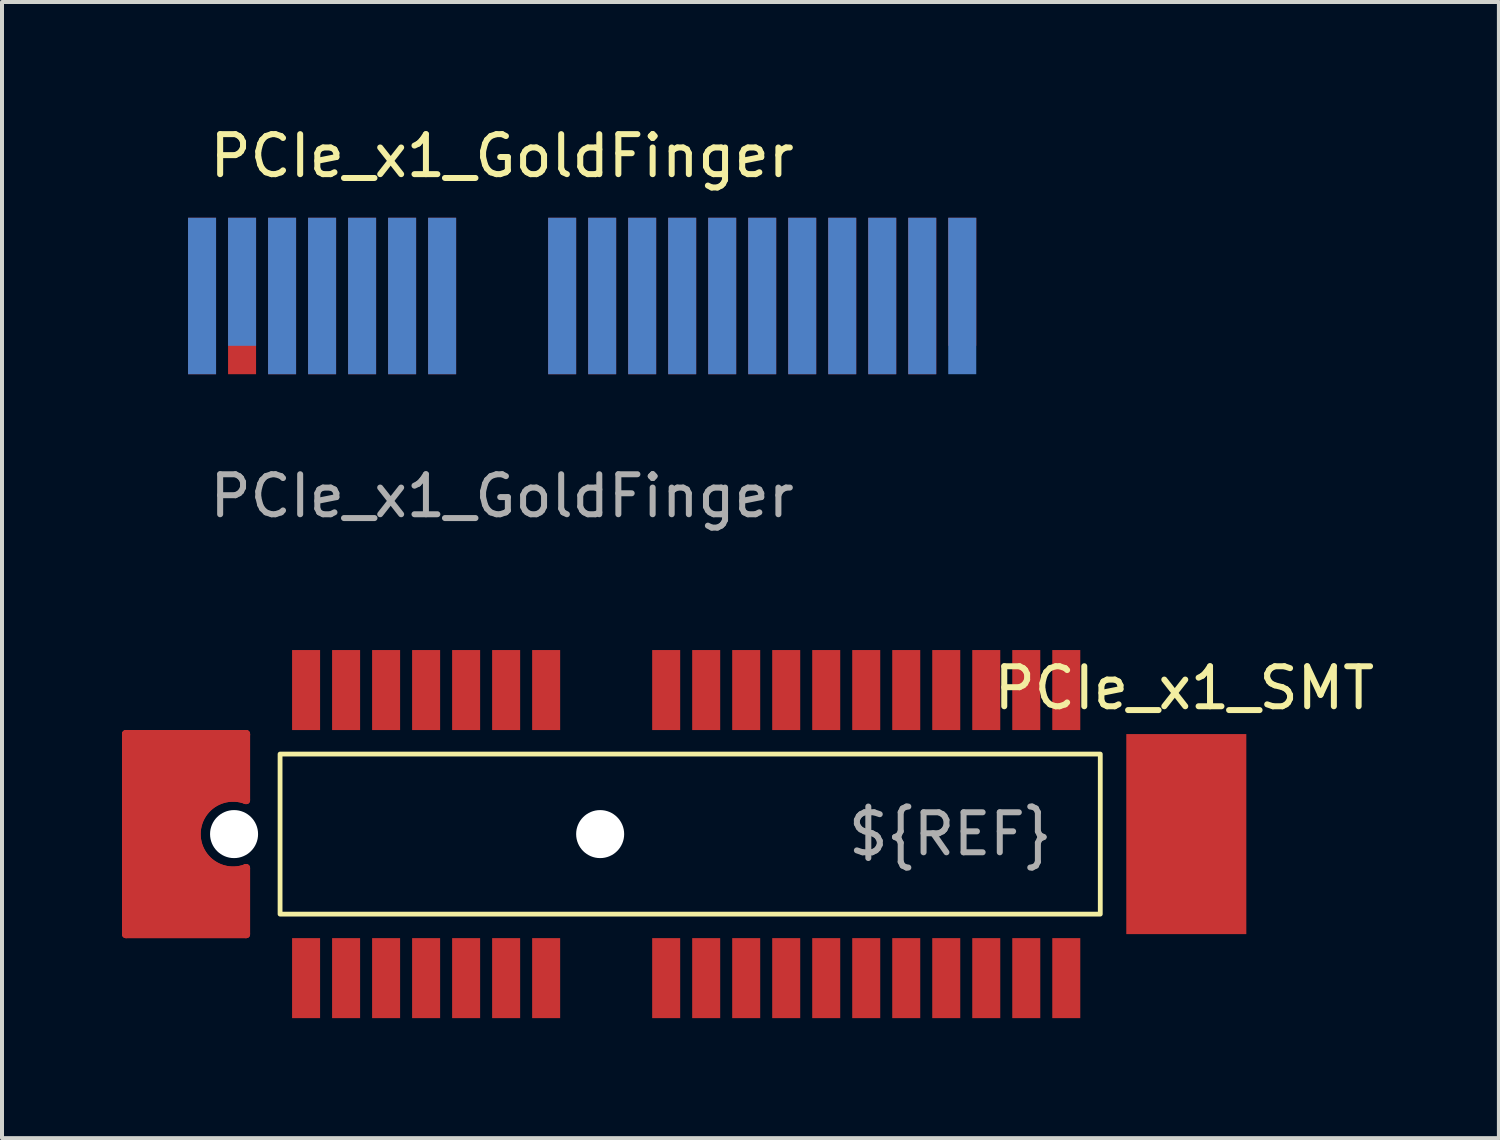
<source format=kicad_pcb>
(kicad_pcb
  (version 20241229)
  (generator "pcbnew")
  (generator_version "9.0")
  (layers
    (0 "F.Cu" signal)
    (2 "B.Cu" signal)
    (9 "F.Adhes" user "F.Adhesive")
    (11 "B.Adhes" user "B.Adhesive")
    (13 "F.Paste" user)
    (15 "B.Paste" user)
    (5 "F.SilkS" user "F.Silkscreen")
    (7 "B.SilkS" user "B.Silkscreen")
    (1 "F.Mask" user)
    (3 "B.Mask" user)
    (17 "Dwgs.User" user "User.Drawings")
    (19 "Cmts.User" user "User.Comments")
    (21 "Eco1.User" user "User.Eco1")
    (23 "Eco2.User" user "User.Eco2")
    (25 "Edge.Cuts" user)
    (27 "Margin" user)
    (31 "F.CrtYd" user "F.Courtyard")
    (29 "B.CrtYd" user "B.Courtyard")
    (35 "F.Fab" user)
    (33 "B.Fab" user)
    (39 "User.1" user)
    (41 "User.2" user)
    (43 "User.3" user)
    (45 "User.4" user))
  (footprint "PCIe_x1_SMT"
    (layer "F.Cu")
    (at 11.95 17.797)
    (property "Reference" "PCIe_x1_SMT" (at 14.6 -3.65 0) (unlocked yes) (layer "F.SilkS") (effects (font (size 1 1) (thickness 0.15))))
    (fp_line (start -11.85 -2.5) (end -8.85 -2.5) (stroke (width 0.2) (type solid)) (layer "F.Cu"))
    (fp_line (start -11.85 -2.5) (end -8.85 -2.5) (stroke (width 0.2) (type solid)) (layer "F.Cu"))
    (fp_line (start -11.85 2.5) (end -11.85 -2.5) (stroke (width 0.2) (type solid)) (layer "F.Cu"))
    (fp_line (start -11.85 2.5) (end -11.85 -2.5) (stroke (width 0.2) (type solid)) (layer "F.Cu"))
    (fp_line (start -8.85 -2.5) (end -8.85 -0.85) (stroke (width 0.2) (type solid)) (layer "F.Cu"))
    (fp_line (start -8.85 -2.5) (end -8.85 -0.85) (stroke (width 0.2) (type solid)) (layer "F.Cu"))
    (fp_line (start -8.85 0.85) (end -8.85 2.5) (stroke (width 0.2) (type solid)) (layer "F.Cu"))
    (fp_line (start -8.85 0.85) (end -8.85 2.5) (stroke (width 0.2) (type solid)) (layer "F.Cu"))
    (fp_line (start -8.85 2.5) (end -11.85 2.5) (stroke (width 0.2) (type solid)) (layer "F.Cu"))
    (fp_line (start -8.85 2.5) (end -11.85 2.5) (stroke (width 0.2) (type solid)) (layer "F.Cu"))
    (fp_arc (start -8.850001 0.849997) (mid -10.084446 -0.000001) (end -8.85 -0.849999) (stroke (width 0.2) (type solid)) (layer "F.Cu"))
    (fp_arc (start -8.850001 0.849997) (mid -10.084446 -0.000001) (end -8.85 -0.849999) (stroke (width 0.2) (type solid)) (layer "F.Cu"))
    (fp_poly (pts (xy -8.85 -0.85) (xy -9.3 -0.95) (xy -9.948 -0.61) (xy -10.122 0.258) (xy -9.623 0.918) (xy -8.849 0.9) (xy -8.85 2.45) (xy -11.85 2.5) (xy -11.8 -2.5) (xy -8.8 -2.5)) (stroke (width 0.1) (type solid)) (fill yes) (layer "F.Cu"))
    (fp_poly (pts (xy -8.85 -0.85) (xy -9.3 -0.95) (xy -9.948 -0.61) (xy -10.122 0.258) (xy -9.623 0.918) (xy -8.849 0.9) (xy -8.85 2.45) (xy -11.85 2.5) (xy -11.8 -2.5) (xy -8.8 -2.5)) (stroke (width 0.1) (type solid)) (fill yes) (layer "F.Cu"))
    (fp_line (start -11.85 -2.5) (end -8.85 -2.5) (stroke (width 0.2) (type solid)) (layer "F.Mask"))
    (fp_line (start -11.85 2.5) (end -11.85 -2.5) (stroke (width 0.2) (type solid)) (layer "F.Mask"))
    (fp_line (start -8.85 -2.5) (end -8.85 -0.85) (stroke (width 0.2) (type solid)) (layer "F.Mask"))
    (fp_line (start -8.85 0.85) (end -8.85 2.5) (stroke (width 0.2) (type solid)) (layer "F.Mask"))
    (fp_line (start -8.85 2.5) (end -11.85 2.5) (stroke (width 0.2) (type solid)) (layer "F.Mask"))
    (fp_arc (start -8.849999 0.849995) (mid -10.084444 -0.000002) (end -8.85 -0.849999) (stroke (width 0.2) (type solid)) (layer "F.Mask"))
    (fp_poly (pts (xy -8.927 -0.868) (xy -9.377 -0.968) (xy -10.025 -0.628) (xy -10.199 0.24) (xy -9.7 0.9) (xy -8.926 0.882) (xy -8.927 2.432) (xy -11.85 2.48) (xy -11.877 -2.518) (xy -8.877 -2.518)) (stroke (width 0.1) (type solid)) (fill yes) (layer "F.Mask"))
    (fp_rect (start -8 -2) (end 12.5 2) (stroke (width 0.12) (type solid)) (fill no) (layer "F.SilkS"))
    (fp_line (start -11.85 -2.5) (end -8.85 -2.5) (stroke (width 0.2) (type solid)) (layer "F.Paste"))
    (fp_line (start -11.85 2.5) (end -11.85 -2.5) (stroke (width 0.2) (type solid)) (layer "F.Paste"))
    (fp_line (start -8.85 -2.5) (end -8.85 -0.85) (stroke (width 0.2) (type solid)) (layer "F.Paste"))
    (fp_line (start -8.85 0.85) (end -8.85 2.5) (stroke (width 0.2) (type solid)) (layer "F.Paste"))
    (fp_line (start -8.85 2.5) (end -11.85 2.5) (stroke (width 0.2) (type solid)) (layer "F.Paste"))
    (fp_arc (start -8.849999 0.849995) (mid -10.084444 -0.000002) (end -8.85 -0.849999) (stroke (width 0.2) (type solid)) (layer "F.Paste"))
    (fp_poly (pts (xy -8.878 -0.858) (xy -9.328 -0.958) (xy -9.976 -0.618) (xy -10.15 0.25) (xy -9.651 0.91) (xy -8.877 0.892) (xy -8.878 2.442) (xy -11.878 2.492) (xy -11.828 -2.508) (xy -8.828 -2.508)) (stroke (width 0.1) (type solid)) (fill yes) (layer "F.Paste"))
    (fp_text user "${REF}" (at 8.75 0 0) (unlocked yes) (layer "F.Fab") (effects (font (size 1 1) (thickness 0.15))))
    (pad "" np_thru_hole circle (at -9.15 0) (size 1.2 1.2) (drill 1.2) (layers "*.Cu" "*.Mask"))
    (pad "" np_thru_hole circle (at 0 0) (size 1.2 1.2) (drill 1.2) (layers "*.Cu" "*.Mask"))
    (pad "" smd rect (at 14.65 0) (size 3 5) (layers "F.Cu" "F.Mask" "F.Paste"))
    (pad "A1" smd rect (at 11.65 3.6) (size 0.7 2) (layers "F.Cu" "F.Mask" "F.Paste"))
    (pad "A2" smd rect (at 10.65 3.6) (size 0.7 2) (layers "F.Cu" "F.Mask" "F.Paste"))
    (pad "A3" smd rect (at 9.65 3.6) (size 0.7 2) (layers "F.Cu" "F.Mask" "F.Paste"))
    (pad "A4" smd rect (at 8.65 3.6) (size 0.7 2) (layers "F.Cu" "F.Mask" "F.Paste"))
    (pad "A5" smd rect (at 7.65 3.6) (size 0.7 2) (layers "F.Cu" "F.Mask" "F.Paste"))
    (pad "A6" smd rect (at 6.65 3.6) (size 0.7 2) (layers "F.Cu" "F.Mask" "F.Paste"))
    (pad "A7" smd rect (at 5.65 3.6) (size 0.7 2) (layers "F.Cu" "F.Mask" "F.Paste"))
    (pad "A8" smd rect (at 4.65 3.6) (size 0.7 2) (layers "F.Cu" "F.Mask" "F.Paste"))
    (pad "A9" smd rect (at 3.65 3.6) (size 0.7 2) (layers "F.Cu" "F.Mask" "F.Paste"))
    (pad "A10" smd rect (at 2.65 3.6) (size 0.7 2) (layers "F.Cu" "F.Mask" "F.Paste"))
    (pad "A11" smd rect (at 1.65 3.6) (size 0.7 2) (layers "F.Cu" "F.Mask" "F.Paste"))
    (pad "A12" smd rect (at -1.35 3.6) (size 0.7 2) (layers "F.Cu" "F.Mask" "F.Paste"))
    (pad "A13" smd rect (at -2.35 3.6) (size 0.7 2) (layers "F.Cu" "F.Mask" "F.Paste"))
    (pad "A14" smd rect (at -3.35 3.6) (size 0.7 2) (layers "F.Cu" "F.Mask" "F.Paste"))
    (pad "A15" smd rect (at -4.35 3.6) (size 0.7 2) (layers "F.Cu" "F.Mask" "F.Paste"))
    (pad "A16" smd rect (at -5.35 3.6) (size 0.7 2) (layers "F.Cu" "F.Mask" "F.Paste"))
    (pad "A17" smd rect (at -6.35 3.6) (size 0.7 2) (layers "F.Cu" "F.Mask" "F.Paste"))
    (pad "A18" smd rect (at -7.35 3.6) (size 0.7 2) (layers "F.Cu" "F.Mask" "F.Paste"))
    (pad "B1" smd rect (at 11.65 -3.6) (size 0.7 2) (layers "F.Cu" "F.Mask" "F.Paste"))
    (pad "B2" smd rect (at 10.65 -3.6) (size 0.7 2) (layers "F.Cu" "F.Mask" "F.Paste"))
    (pad "B3" smd rect (at 9.65 -3.6) (size 0.7 2) (layers "F.Cu" "F.Mask" "F.Paste"))
    (pad "B4" smd rect (at 8.65 -3.6) (size 0.7 2) (layers "F.Cu" "F.Mask" "F.Paste"))
    (pad "B5" smd rect (at 7.65 -3.6) (size 0.7 2) (layers "F.Cu" "F.Mask" "F.Paste"))
    (pad "B6" smd rect (at 6.65 -3.6) (size 0.7 2) (layers "F.Cu" "F.Mask" "F.Paste"))
    (pad "B7" smd rect (at 5.65 -3.6) (size 0.7 2) (layers "F.Cu" "F.Mask" "F.Paste"))
    (pad "B8" smd rect (at 4.65 -3.6) (size 0.7 2) (layers "F.Cu" "F.Mask" "F.Paste"))
    (pad "B9" smd rect (at 3.65 -3.6) (size 0.7 2) (layers "F.Cu" "F.Mask" "F.Paste"))
    (pad "B10" smd rect (at 2.65 -3.6) (size 0.7 2) (layers "F.Cu" "F.Mask" "F.Paste"))
    (pad "B11" smd rect (at 1.65 -3.6) (size 0.7 2) (layers "F.Cu" "F.Mask" "F.Paste"))
    (pad "B12" smd rect (at -1.35 -3.6) (size 0.7 2) (layers "F.Cu" "F.Mask" "F.Paste"))
    (pad "B13" smd rect (at -2.35 -3.6) (size 0.7 2) (layers "F.Cu" "F.Mask" "F.Paste"))
    (pad "B14" smd rect (at -3.35 -3.6) (size 0.7 2) (layers "F.Cu" "F.Mask" "F.Paste"))
    (pad "B15" smd rect (at -4.35 -3.6) (size 0.7 2) (layers "F.Cu" "F.Mask" "F.Paste"))
    (pad "B16" smd rect (at -5.35 -3.6) (size 0.7 2) (layers "F.Cu" "F.Mask" "F.Paste"))
    (pad "B17" smd rect (at -6.35 -3.6) (size 0.7 2) (layers "F.Cu" "F.Mask" "F.Paste"))
    (pad "B18" smd rect (at -7.35 -3.6) (size 0.7 2) (layers "F.Cu" "F.Mask" "F.Paste")))
  (footprint "PCIe_x1_GoldFinger"
    (layer "F.Cu")
    (at 9.5 6.348)
    (property "Reference" "PCIe_x1_GoldFinger" (at 0 -5.5 0) (unlocked yes) (layer "F.SilkS") (effects (font (size 1 1) (thickness 0.15))))
    (attr smd)
    (fp_text user "${REFERENCE}" (at 0 3 0) (unlocked yes) (layer "F.Fab") (effects (font (size 1 1) (thickness 0.15))))
    (pad "A1" smd rect (at 11.5 -2.355) (size 0.7 3.2) (layers "F.Cu" "F.Mask"))
    (pad "A2" smd rect (at 10.5 -2) (size 0.7 3.91) (layers "F.Cu" "F.Mask"))
    (pad "A3" smd rect (at 9.5 -2) (size 0.7 3.91) (layers "F.Cu" "F.Mask"))
    (pad "A4" smd rect (at 8.5 -2) (size 0.7 3.91) (layers "F.Cu" "F.Mask"))
    (pad "A5" smd rect (at 7.5 -2) (size 0.7 3.91) (layers "F.Cu" "F.Mask"))
    (pad "A6" smd rect (at 6.5 -2) (size 0.7 3.91) (layers "F.Cu" "F.Mask"))
    (pad "A7" smd rect (at 5.5 -2) (size 0.7 3.91) (layers "F.Cu" "F.Mask"))
    (pad "A8" smd rect (at 4.5 -2) (size 0.7 3.91) (layers "F.Cu" "F.Mask"))
    (pad "A9" smd rect (at 3.5 -2) (size 0.7 3.91) (layers "F.Cu" "F.Mask"))
    (pad "A10" smd rect (at 2.5 -2) (size 0.7 3.91) (layers "F.Cu" "F.Mask"))
    (pad "A11" smd rect (at 1.5 -2) (size 0.7 3.91) (layers "F.Cu" "F.Mask"))
    (pad "A12" smd rect (at -1.5 -2) (size 0.7 3.91) (layers "F.Cu" "F.Mask"))
    (pad "A13" smd rect (at -2.5 -2) (size 0.7 3.91) (layers "F.Cu" "F.Mask"))
    (pad "A14" smd rect (at -3.5 -2) (size 0.7 3.91) (layers "F.Cu" "F.Mask"))
    (pad "A15" smd rect (at -4.5 -2) (size 0.7 3.91) (layers "F.Cu" "F.Mask"))
    (pad "A16" smd rect (at -5.5 -2) (size 0.7 3.91) (layers "F.Cu" "F.Mask"))
    (pad "A17" smd rect (at -6.5 -2) (size 0.7 3.91) (layers "F.Cu" "F.Mask"))
    (pad "A18" smd rect (at -7.5 -2) (size 0.7 3.91) (layers "F.Cu" "F.Mask"))
    (pad "B1" smd rect (at 11.5 -2) (size 0.7 3.91) (layers "B.Cu" "B.Mask"))
    (pad "B2" smd rect (at 10.5 -2) (size 0.7 3.91) (layers "B.Cu" "B.Mask"))
    (pad "B3" smd rect (at 9.5 -2) (size 0.7 3.91) (layers "B.Cu" "B.Mask"))
    (pad "B4" smd rect (at 8.5 -2) (size 0.7 3.91) (layers "B.Cu" "B.Mask"))
    (pad "B5" smd rect (at 7.5 -2) (size 0.7 3.91) (layers "B.Cu" "B.Mask"))
    (pad "B6" smd rect (at 6.5 -2) (size 0.7 3.91) (layers "B.Cu" "B.Mask"))
    (pad "B7" smd rect (at 5.5 -2) (size 0.7 3.91) (layers "B.Cu" "B.Mask"))
    (pad "B8" smd rect (at 4.5 -2) (size 0.7 3.91) (layers "B.Cu" "B.Mask"))
    (pad "B9" smd rect (at 3.5 -2) (size 0.7 3.91) (layers "B.Cu" "B.Mask"))
    (pad "B10" smd rect (at 2.5 -2) (size 0.7 3.91) (layers "B.Cu" "B.Mask"))
    (pad "B11" smd rect (at 1.5 -2) (size 0.7 3.91) (layers "B.Cu" "B.Mask"))
    (pad "B12" smd rect (at -1.5 -2) (size 0.7 3.91) (layers "B.Cu" "B.Mask"))
    (pad "B13" smd rect (at -2.5 -2) (size 0.7 3.91) (layers "B.Cu" "B.Mask"))
    (pad "B14" smd rect (at -3.5 -2) (size 0.7 3.91) (layers "B.Cu" "B.Mask"))
    (pad "B15" smd rect (at -4.5 -2) (size 0.7 3.91) (layers "B.Cu" "B.Mask"))
    (pad "B16" smd rect (at -5.5 -2) (size 0.7 3.91) (layers "B.Cu" "B.Mask"))
    (pad "B17" smd rect (at -6.5 -2.355) (size 0.7 3.2) (layers "B.Cu" "B.Mask"))
    (pad "B18" smd rect (at -7.5 -2) (size 0.7 3.91) (layers "B.Cu" "B.Mask"))
    (zone (net_name "") (layers "F.Cu" "F.Mask" "B.Cu" "B.Mask" "F.SilkS" "B.SilkS" "F.Adhes" "B.Adhes" "F.Paste" "B.Paste") (name "Goldfinger") (hatch full 0.508) (connect_pads) (min_thickness 0.254) (filled_areas_thickness no) (keepout (tracks allowed) (vias not_allowed) (pads not_allowed) (copperpour not_allowed) (footprints not_allowed)) (placement (enabled no)) (fill) (polygon (pts (xy 22.5 7.848) (xy 0 7.848) (xy 0 2.348) (xy 22.5 2.348)))))
  (gr_rect
    (start -3 -3)
    (end 34.413 25.396)
    (stroke (width 0.1) (type default))
    (fill no)
    (layer "Edge.Cuts")))
</source>
